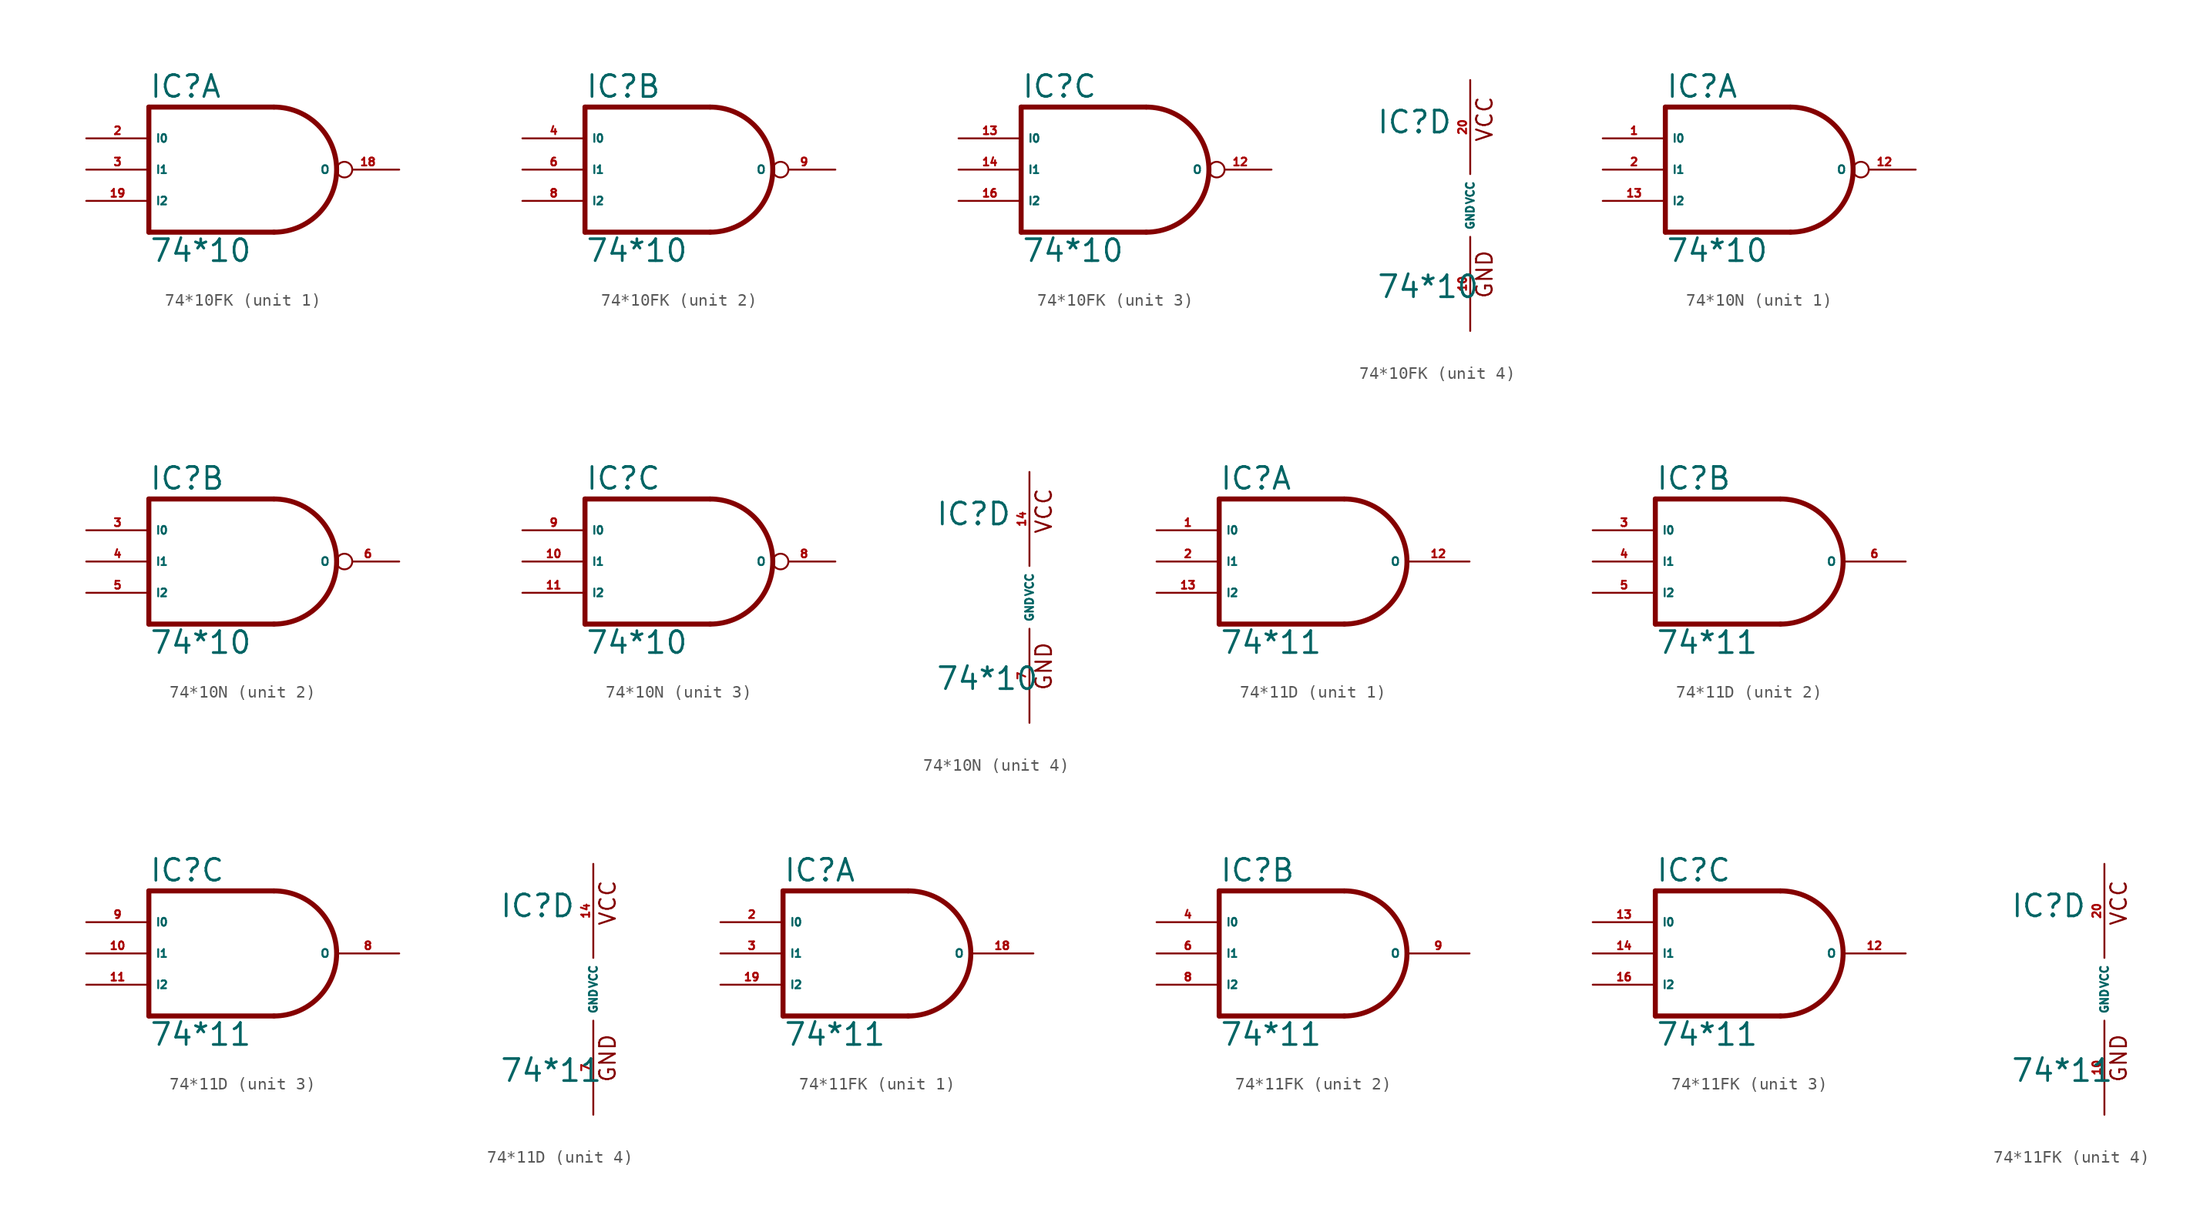
<source format=kicad_sym>
(kicad_symbol_lib
  (version 20220914)
  (generator Eagle2Kicad)
  (symbol "74*10FK"
    (property "Reference" "IC"
      (at -7.62 5.715 0)
      (effects (font (size 1.778 1.778) (thickness 0.22)) (justify left bottom)))
    (property "Value" "74*10"
      (at -7.62 -7.62 0)
      (effects (font (size 1.778 1.778) (thickness 0.22)) (justify left bottom)))
    (symbol "74*10FK_1_0"
      (polyline (pts (xy 2.54 5.08) (xy -7.62 5.08)) (stroke (width 0.406) (type default)) (fill (type none)))
      (polyline (pts (xy -7.62 5.08) (xy -7.62 -5.08)) (stroke (width 0.406) (type default)) (fill (type none)))
      (polyline (pts (xy -7.62 -5.08) (xy 2.54 -5.08)) (stroke (width 0.406) (type default)) (fill (type none)))
      (arc (start 2.54 -5.08) (mid 7.620 0.000) (end 2.54 5.08) (stroke (width 0.4064) (type default)) (fill (type none)))
      (pin input line (at -12.7 2.54 0) (length 5.08) (name "I0" (effects (font (size 0.635 0.635) (thickness 0.08)) (justify left bottom))) (number "2" (effects (font (size 0.635 0.635) (thickness 0.08)) (justify left bottom))))
      (pin input line (at -12.7 0 0) (length 5.08) (name "I1" (effects (font (size 0.635 0.635) (thickness 0.08)) (justify left bottom))) (number "3" (effects (font (size 0.635 0.635) (thickness 0.08)) (justify left bottom))))
      (pin output inverted (at 12.7 0 180) (length 5.08) (name "O" (effects (font (size 0.635 0.635) (thickness 0.08)) (justify left bottom))) (number "18" (effects (font (size 0.635 0.635) (thickness 0.08)) (justify left bottom))))
      (pin input line (at -12.7 -2.54 0) (length 5.08) (name "I2" (effects (font (size 0.635 0.635) (thickness 0.08)) (justify left bottom))) (number "19" (effects (font (size 0.635 0.635) (thickness 0.08)) (justify left bottom)))))
    (symbol "74*10FK_2_0"
      (polyline (pts (xy 2.54 5.08) (xy -7.62 5.08)) (stroke (width 0.406) (type default)) (fill (type none)))
      (polyline (pts (xy -7.62 5.08) (xy -7.62 -5.08)) (stroke (width 0.406) (type default)) (fill (type none)))
      (polyline (pts (xy -7.62 -5.08) (xy 2.54 -5.08)) (stroke (width 0.406) (type default)) (fill (type none)))
      (arc (start 2.54 -5.08) (mid 7.620 0.000) (end 2.54 5.08) (stroke (width 0.4064) (type default)) (fill (type none)))
      (pin input line (at -12.7 2.54 0) (length 5.08) (name "I0" (effects (font (size 0.635 0.635) (thickness 0.08)) (justify left bottom))) (number "4" (effects (font (size 0.635 0.635) (thickness 0.08)) (justify left bottom))))
      (pin input line (at -12.7 0 0) (length 5.08) (name "I1" (effects (font (size 0.635 0.635) (thickness 0.08)) (justify left bottom))) (number "6" (effects (font (size 0.635 0.635) (thickness 0.08)) (justify left bottom))))
      (pin output inverted (at 12.7 0 180) (length 5.08) (name "O" (effects (font (size 0.635 0.635) (thickness 0.08)) (justify left bottom))) (number "9" (effects (font (size 0.635 0.635) (thickness 0.08)) (justify left bottom))))
      (pin input line (at -12.7 -2.54 0) (length 5.08) (name "I2" (effects (font (size 0.635 0.635) (thickness 0.08)) (justify left bottom))) (number "8" (effects (font (size 0.635 0.635) (thickness 0.08)) (justify left bottom)))))
    (symbol "74*10FK_3_0"
      (polyline (pts (xy 2.54 5.08) (xy -7.62 5.08)) (stroke (width 0.406) (type default)) (fill (type none)))
      (polyline (pts (xy -7.62 5.08) (xy -7.62 -5.08)) (stroke (width 0.406) (type default)) (fill (type none)))
      (polyline (pts (xy -7.62 -5.08) (xy 2.54 -5.08)) (stroke (width 0.406) (type default)) (fill (type none)))
      (arc (start 2.54 -5.08) (mid 7.620 0.000) (end 2.54 5.08) (stroke (width 0.4064) (type default)) (fill (type none)))
      (pin input line (at -12.7 2.54 0) (length 5.08) (name "I0" (effects (font (size 0.635 0.635) (thickness 0.08)) (justify left bottom))) (number "13" (effects (font (size 0.635 0.635) (thickness 0.08)) (justify left bottom))))
      (pin input line (at -12.7 0 0) (length 5.08) (name "I1" (effects (font (size 0.635 0.635) (thickness 0.08)) (justify left bottom))) (number "14" (effects (font (size 0.635 0.635) (thickness 0.08)) (justify left bottom))))
      (pin output inverted (at 12.7 0 180) (length 5.08) (name "O" (effects (font (size 0.635 0.635) (thickness 0.08)) (justify left bottom))) (number "12" (effects (font (size 0.635 0.635) (thickness 0.08)) (justify left bottom))))
      (pin input line (at -12.7 -2.54 0) (length 5.08) (name "I2" (effects (font (size 0.635 0.635) (thickness 0.08)) (justify left bottom))) (number "16" (effects (font (size 0.635 0.635) (thickness 0.08)) (justify left bottom)))))
    (symbol "74*10FK_4_0"
      (text "GND" (at 1.905 -7.62 900) (effects (font (size 1.27 1.27) (thickness 0.16)) (justify left bottom)))
      (text "VCC" (at 1.905 5.08 900) (effects (font (size 1.27 1.27) (thickness 0.16)) (justify left bottom)))
      (pin unspecified line (at 0 -10.16 90) (length 7.62) (name "GND" (effects (font (size 0.635 0.635) (thickness 0.08)) (justify left bottom))) (number "10" (effects (font (size 0.635 0.635) (thickness 0.08)) (justify left bottom))))
      (pin unspecified line (at 0 10.16 270) (length 7.62) (name "VCC" (effects (font (size 0.635 0.635) (thickness 0.08)) (justify left bottom))) (number "20" (effects (font (size 0.635 0.635) (thickness 0.08)) (justify left bottom))))))
  (symbol "74*10N"
    (property "Reference" "IC"
      (at -7.62 5.715 0)
      (effects (font (size 1.778 1.778) (thickness 0.22)) (justify left bottom)))
    (property "Value" "74*10"
      (at -7.62 -7.62 0)
      (effects (font (size 1.778 1.778) (thickness 0.22)) (justify left bottom)))
    (symbol "74*10N_1_0"
      (polyline (pts (xy 2.54 5.08) (xy -7.62 5.08)) (stroke (width 0.406) (type default)) (fill (type none)))
      (polyline (pts (xy -7.62 5.08) (xy -7.62 -5.08)) (stroke (width 0.406) (type default)) (fill (type none)))
      (polyline (pts (xy -7.62 -5.08) (xy 2.54 -5.08)) (stroke (width 0.406) (type default)) (fill (type none)))
      (arc (start 2.54 -5.08) (mid 7.620 0.000) (end 2.54 5.08) (stroke (width 0.4064) (type default)) (fill (type none)))
      (pin input line (at -12.7 2.54 0) (length 5.08) (name "I0" (effects (font (size 0.635 0.635) (thickness 0.08)) (justify left bottom))) (number "1" (effects (font (size 0.635 0.635) (thickness 0.08)) (justify left bottom))))
      (pin input line (at -12.7 0 0) (length 5.08) (name "I1" (effects (font (size 0.635 0.635) (thickness 0.08)) (justify left bottom))) (number "2" (effects (font (size 0.635 0.635) (thickness 0.08)) (justify left bottom))))
      (pin output inverted (at 12.7 0 180) (length 5.08) (name "O" (effects (font (size 0.635 0.635) (thickness 0.08)) (justify left bottom))) (number "12" (effects (font (size 0.635 0.635) (thickness 0.08)) (justify left bottom))))
      (pin input line (at -12.7 -2.54 0) (length 5.08) (name "I2" (effects (font (size 0.635 0.635) (thickness 0.08)) (justify left bottom))) (number "13" (effects (font (size 0.635 0.635) (thickness 0.08)) (justify left bottom)))))
    (symbol "74*10N_2_0"
      (polyline (pts (xy 2.54 5.08) (xy -7.62 5.08)) (stroke (width 0.406) (type default)) (fill (type none)))
      (polyline (pts (xy -7.62 5.08) (xy -7.62 -5.08)) (stroke (width 0.406) (type default)) (fill (type none)))
      (polyline (pts (xy -7.62 -5.08) (xy 2.54 -5.08)) (stroke (width 0.406) (type default)) (fill (type none)))
      (arc (start 2.54 -5.08) (mid 7.620 0.000) (end 2.54 5.08) (stroke (width 0.4064) (type default)) (fill (type none)))
      (pin input line (at -12.7 2.54 0) (length 5.08) (name "I0" (effects (font (size 0.635 0.635) (thickness 0.08)) (justify left bottom))) (number "3" (effects (font (size 0.635 0.635) (thickness 0.08)) (justify left bottom))))
      (pin input line (at -12.7 0 0) (length 5.08) (name "I1" (effects (font (size 0.635 0.635) (thickness 0.08)) (justify left bottom))) (number "4" (effects (font (size 0.635 0.635) (thickness 0.08)) (justify left bottom))))
      (pin output inverted (at 12.7 0 180) (length 5.08) (name "O" (effects (font (size 0.635 0.635) (thickness 0.08)) (justify left bottom))) (number "6" (effects (font (size 0.635 0.635) (thickness 0.08)) (justify left bottom))))
      (pin input line (at -12.7 -2.54 0) (length 5.08) (name "I2" (effects (font (size 0.635 0.635) (thickness 0.08)) (justify left bottom))) (number "5" (effects (font (size 0.635 0.635) (thickness 0.08)) (justify left bottom)))))
    (symbol "74*10N_3_0"
      (polyline (pts (xy 2.54 5.08) (xy -7.62 5.08)) (stroke (width 0.406) (type default)) (fill (type none)))
      (polyline (pts (xy -7.62 5.08) (xy -7.62 -5.08)) (stroke (width 0.406) (type default)) (fill (type none)))
      (polyline (pts (xy -7.62 -5.08) (xy 2.54 -5.08)) (stroke (width 0.406) (type default)) (fill (type none)))
      (arc (start 2.54 -5.08) (mid 7.620 0.000) (end 2.54 5.08) (stroke (width 0.4064) (type default)) (fill (type none)))
      (pin input line (at -12.7 2.54 0) (length 5.08) (name "I0" (effects (font (size 0.635 0.635) (thickness 0.08)) (justify left bottom))) (number "9" (effects (font (size 0.635 0.635) (thickness 0.08)) (justify left bottom))))
      (pin input line (at -12.7 0 0) (length 5.08) (name "I1" (effects (font (size 0.635 0.635) (thickness 0.08)) (justify left bottom))) (number "10" (effects (font (size 0.635 0.635) (thickness 0.08)) (justify left bottom))))
      (pin output inverted (at 12.7 0 180) (length 5.08) (name "O" (effects (font (size 0.635 0.635) (thickness 0.08)) (justify left bottom))) (number "8" (effects (font (size 0.635 0.635) (thickness 0.08)) (justify left bottom))))
      (pin input line (at -12.7 -2.54 0) (length 5.08) (name "I2" (effects (font (size 0.635 0.635) (thickness 0.08)) (justify left bottom))) (number "11" (effects (font (size 0.635 0.635) (thickness 0.08)) (justify left bottom)))))
    (symbol "74*10N_4_0"
      (text "GND" (at 1.905 -7.62 900) (effects (font (size 1.27 1.27) (thickness 0.16)) (justify left bottom)))
      (text "VCC" (at 1.905 5.08 900) (effects (font (size 1.27 1.27) (thickness 0.16)) (justify left bottom)))
      (pin unspecified line (at 0 -10.16 90) (length 7.62) (name "GND" (effects (font (size 0.635 0.635) (thickness 0.08)) (justify left bottom))) (number "7" (effects (font (size 0.635 0.635) (thickness 0.08)) (justify left bottom))))
      (pin unspecified line (at 0 10.16 270) (length 7.62) (name "VCC" (effects (font (size 0.635 0.635) (thickness 0.08)) (justify left bottom))) (number "14" (effects (font (size 0.635 0.635) (thickness 0.08)) (justify left bottom))))))
  (symbol "74*11D"
    (property "Reference" "IC"
      (at -7.62 5.715 0)
      (effects (font (size 1.778 1.778) (thickness 0.22)) (justify left bottom)))
    (property "Value" "74*11"
      (at -7.62 -7.62 0)
      (effects (font (size 1.778 1.778) (thickness 0.22)) (justify left bottom)))
    (symbol "74*11D_1_0"
      (polyline (pts (xy 2.54 5.08) (xy -7.62 5.08)) (stroke (width 0.406) (type default)) (fill (type none)))
      (polyline (pts (xy -7.62 5.08) (xy -7.62 -5.08)) (stroke (width 0.406) (type default)) (fill (type none)))
      (polyline (pts (xy -7.62 -5.08) (xy 2.54 -5.08)) (stroke (width 0.406) (type default)) (fill (type none)))
      (arc (start 2.54 -5.08) (mid 7.620 0.000) (end 2.54 5.08) (stroke (width 0.4064) (type default)) (fill (type none)))
      (pin input line (at -12.7 2.54 0) (length 5.08) (name "I0" (effects (font (size 0.635 0.635) (thickness 0.08)) (justify left bottom))) (number "1" (effects (font (size 0.635 0.635) (thickness 0.08)) (justify left bottom))))
      (pin input line (at -12.7 0 0) (length 5.08) (name "I1" (effects (font (size 0.635 0.635) (thickness 0.08)) (justify left bottom))) (number "2" (effects (font (size 0.635 0.635) (thickness 0.08)) (justify left bottom))))
      (pin output line (at 12.7 0 180) (length 5.08) (name "O" (effects (font (size 0.635 0.635) (thickness 0.08)) (justify left bottom))) (number "12" (effects (font (size 0.635 0.635) (thickness 0.08)) (justify left bottom))))
      (pin input line (at -12.7 -2.54 0) (length 5.08) (name "I2" (effects (font (size 0.635 0.635) (thickness 0.08)) (justify left bottom))) (number "13" (effects (font (size 0.635 0.635) (thickness 0.08)) (justify left bottom)))))
    (symbol "74*11D_2_0"
      (polyline (pts (xy 2.54 5.08) (xy -7.62 5.08)) (stroke (width 0.406) (type default)) (fill (type none)))
      (polyline (pts (xy -7.62 5.08) (xy -7.62 -5.08)) (stroke (width 0.406) (type default)) (fill (type none)))
      (polyline (pts (xy -7.62 -5.08) (xy 2.54 -5.08)) (stroke (width 0.406) (type default)) (fill (type none)))
      (arc (start 2.54 -5.08) (mid 7.620 0.000) (end 2.54 5.08) (stroke (width 0.4064) (type default)) (fill (type none)))
      (pin input line (at -12.7 2.54 0) (length 5.08) (name "I0" (effects (font (size 0.635 0.635) (thickness 0.08)) (justify left bottom))) (number "3" (effects (font (size 0.635 0.635) (thickness 0.08)) (justify left bottom))))
      (pin input line (at -12.7 0 0) (length 5.08) (name "I1" (effects (font (size 0.635 0.635) (thickness 0.08)) (justify left bottom))) (number "4" (effects (font (size 0.635 0.635) (thickness 0.08)) (justify left bottom))))
      (pin output line (at 12.7 0 180) (length 5.08) (name "O" (effects (font (size 0.635 0.635) (thickness 0.08)) (justify left bottom))) (number "6" (effects (font (size 0.635 0.635) (thickness 0.08)) (justify left bottom))))
      (pin input line (at -12.7 -2.54 0) (length 5.08) (name "I2" (effects (font (size 0.635 0.635) (thickness 0.08)) (justify left bottom))) (number "5" (effects (font (size 0.635 0.635) (thickness 0.08)) (justify left bottom)))))
    (symbol "74*11D_3_0"
      (polyline (pts (xy 2.54 5.08) (xy -7.62 5.08)) (stroke (width 0.406) (type default)) (fill (type none)))
      (polyline (pts (xy -7.62 5.08) (xy -7.62 -5.08)) (stroke (width 0.406) (type default)) (fill (type none)))
      (polyline (pts (xy -7.62 -5.08) (xy 2.54 -5.08)) (stroke (width 0.406) (type default)) (fill (type none)))
      (arc (start 2.54 -5.08) (mid 7.620 0.000) (end 2.54 5.08) (stroke (width 0.4064) (type default)) (fill (type none)))
      (pin input line (at -12.7 2.54 0) (length 5.08) (name "I0" (effects (font (size 0.635 0.635) (thickness 0.08)) (justify left bottom))) (number "9" (effects (font (size 0.635 0.635) (thickness 0.08)) (justify left bottom))))
      (pin input line (at -12.7 0 0) (length 5.08) (name "I1" (effects (font (size 0.635 0.635) (thickness 0.08)) (justify left bottom))) (number "10" (effects (font (size 0.635 0.635) (thickness 0.08)) (justify left bottom))))
      (pin output line (at 12.7 0 180) (length 5.08) (name "O" (effects (font (size 0.635 0.635) (thickness 0.08)) (justify left bottom))) (number "8" (effects (font (size 0.635 0.635) (thickness 0.08)) (justify left bottom))))
      (pin input line (at -12.7 -2.54 0) (length 5.08) (name "I2" (effects (font (size 0.635 0.635) (thickness 0.08)) (justify left bottom))) (number "11" (effects (font (size 0.635 0.635) (thickness 0.08)) (justify left bottom)))))
    (symbol "74*11D_4_0"
      (text "GND" (at 1.905 -7.62 900) (effects (font (size 1.27 1.27) (thickness 0.16)) (justify left bottom)))
      (text "VCC" (at 1.905 5.08 900) (effects (font (size 1.27 1.27) (thickness 0.16)) (justify left bottom)))
      (pin unspecified line (at 0 -10.16 90) (length 7.62) (name "GND" (effects (font (size 0.635 0.635) (thickness 0.08)) (justify left bottom))) (number "7" (effects (font (size 0.635 0.635) (thickness 0.08)) (justify left bottom))))
      (pin unspecified line (at 0 10.16 270) (length 7.62) (name "VCC" (effects (font (size 0.635 0.635) (thickness 0.08)) (justify left bottom))) (number "14" (effects (font (size 0.635 0.635) (thickness 0.08)) (justify left bottom))))))
  (symbol "74*11FK"
    (property "Reference" "IC"
      (at -7.62 5.715 0)
      (effects (font (size 1.778 1.778) (thickness 0.22)) (justify left bottom)))
    (property "Value" "74*11"
      (at -7.62 -7.62 0)
      (effects (font (size 1.778 1.778) (thickness 0.22)) (justify left bottom)))
    (symbol "74*11FK_1_0"
      (polyline (pts (xy 2.54 5.08) (xy -7.62 5.08)) (stroke (width 0.406) (type default)) (fill (type none)))
      (polyline (pts (xy -7.62 5.08) (xy -7.62 -5.08)) (stroke (width 0.406) (type default)) (fill (type none)))
      (polyline (pts (xy -7.62 -5.08) (xy 2.54 -5.08)) (stroke (width 0.406) (type default)) (fill (type none)))
      (arc (start 2.54 -5.08) (mid 7.620 0.000) (end 2.54 5.08) (stroke (width 0.4064) (type default)) (fill (type none)))
      (pin input line (at -12.7 2.54 0) (length 5.08) (name "I0" (effects (font (size 0.635 0.635) (thickness 0.08)) (justify left bottom))) (number "2" (effects (font (size 0.635 0.635) (thickness 0.08)) (justify left bottom))))
      (pin input line (at -12.7 0 0) (length 5.08) (name "I1" (effects (font (size 0.635 0.635) (thickness 0.08)) (justify left bottom))) (number "3" (effects (font (size 0.635 0.635) (thickness 0.08)) (justify left bottom))))
      (pin output line (at 12.7 0 180) (length 5.08) (name "O" (effects (font (size 0.635 0.635) (thickness 0.08)) (justify left bottom))) (number "18" (effects (font (size 0.635 0.635) (thickness 0.08)) (justify left bottom))))
      (pin input line (at -12.7 -2.54 0) (length 5.08) (name "I2" (effects (font (size 0.635 0.635) (thickness 0.08)) (justify left bottom))) (number "19" (effects (font (size 0.635 0.635) (thickness 0.08)) (justify left bottom)))))
    (symbol "74*11FK_2_0"
      (polyline (pts (xy 2.54 5.08) (xy -7.62 5.08)) (stroke (width 0.406) (type default)) (fill (type none)))
      (polyline (pts (xy -7.62 5.08) (xy -7.62 -5.08)) (stroke (width 0.406) (type default)) (fill (type none)))
      (polyline (pts (xy -7.62 -5.08) (xy 2.54 -5.08)) (stroke (width 0.406) (type default)) (fill (type none)))
      (arc (start 2.54 -5.08) (mid 7.620 0.000) (end 2.54 5.08) (stroke (width 0.4064) (type default)) (fill (type none)))
      (pin input line (at -12.7 2.54 0) (length 5.08) (name "I0" (effects (font (size 0.635 0.635) (thickness 0.08)) (justify left bottom))) (number "4" (effects (font (size 0.635 0.635) (thickness 0.08)) (justify left bottom))))
      (pin input line (at -12.7 0 0) (length 5.08) (name "I1" (effects (font (size 0.635 0.635) (thickness 0.08)) (justify left bottom))) (number "6" (effects (font (size 0.635 0.635) (thickness 0.08)) (justify left bottom))))
      (pin output line (at 12.7 0 180) (length 5.08) (name "O" (effects (font (size 0.635 0.635) (thickness 0.08)) (justify left bottom))) (number "9" (effects (font (size 0.635 0.635) (thickness 0.08)) (justify left bottom))))
      (pin input line (at -12.7 -2.54 0) (length 5.08) (name "I2" (effects (font (size 0.635 0.635) (thickness 0.08)) (justify left bottom))) (number "8" (effects (font (size 0.635 0.635) (thickness 0.08)) (justify left bottom)))))
    (symbol "74*11FK_3_0"
      (polyline (pts (xy 2.54 5.08) (xy -7.62 5.08)) (stroke (width 0.406) (type default)) (fill (type none)))
      (polyline (pts (xy -7.62 5.08) (xy -7.62 -5.08)) (stroke (width 0.406) (type default)) (fill (type none)))
      (polyline (pts (xy -7.62 -5.08) (xy 2.54 -5.08)) (stroke (width 0.406) (type default)) (fill (type none)))
      (arc (start 2.54 -5.08) (mid 7.620 0.000) (end 2.54 5.08) (stroke (width 0.4064) (type default)) (fill (type none)))
      (pin input line (at -12.7 2.54 0) (length 5.08) (name "I0" (effects (font (size 0.635 0.635) (thickness 0.08)) (justify left bottom))) (number "13" (effects (font (size 0.635 0.635) (thickness 0.08)) (justify left bottom))))
      (pin input line (at -12.7 0 0) (length 5.08) (name "I1" (effects (font (size 0.635 0.635) (thickness 0.08)) (justify left bottom))) (number "14" (effects (font (size 0.635 0.635) (thickness 0.08)) (justify left bottom))))
      (pin output line (at 12.7 0 180) (length 5.08) (name "O" (effects (font (size 0.635 0.635) (thickness 0.08)) (justify left bottom))) (number "12" (effects (font (size 0.635 0.635) (thickness 0.08)) (justify left bottom))))
      (pin input line (at -12.7 -2.54 0) (length 5.08) (name "I2" (effects (font (size 0.635 0.635) (thickness 0.08)) (justify left bottom))) (number "16" (effects (font (size 0.635 0.635) (thickness 0.08)) (justify left bottom)))))
    (symbol "74*11FK_4_0"
      (text "GND" (at 1.905 -7.62 900) (effects (font (size 1.27 1.27) (thickness 0.16)) (justify left bottom)))
      (text "VCC" (at 1.905 5.08 900) (effects (font (size 1.27 1.27) (thickness 0.16)) (justify left bottom)))
      (pin unspecified line (at 0 -10.16 90) (length 7.62) (name "GND" (effects (font (size 0.635 0.635) (thickness 0.08)) (justify left bottom))) (number "10" (effects (font (size 0.635 0.635) (thickness 0.08)) (justify left bottom))))
      (pin unspecified line (at 0 10.16 270) (length 7.62) (name "VCC" (effects (font (size 0.635 0.635) (thickness 0.08)) (justify left bottom))) (number "20" (effects (font (size 0.635 0.635) (thickness 0.08)) (justify left bottom)))))))
</source>
